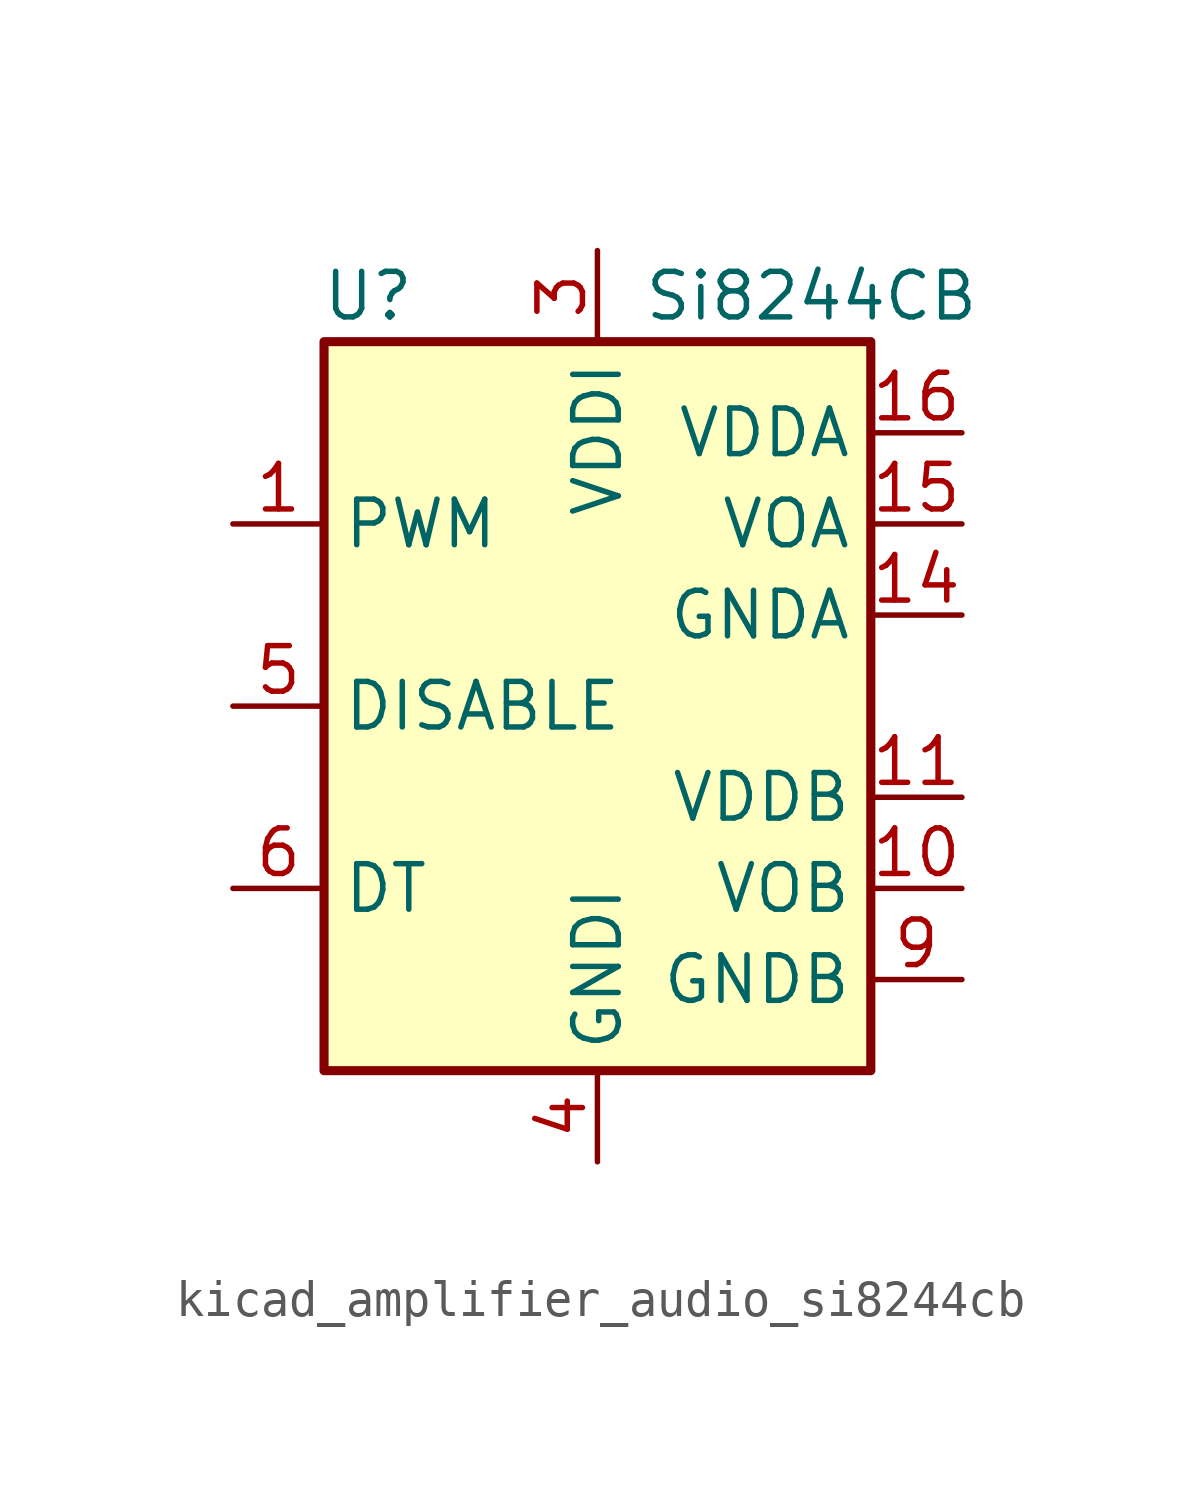
<source format=kicad_sym>
(kicad_symbol_lib
  (version 20220914)
  (generator kicad_symbol_editor)
  (symbol "kicad_amplifier_audio_si8244cb"
    (property "Reference" "U"
      (at -5.08 11.43 0)
      (effects (font (size 1.27 1.27)) (justify right)))
    (property "Value" "Si8244CB"
      (at 1.27 11.43 0)
      (effects (font (size 1.27 1.27)) (justify left)))
    (symbol "kicad_amplifier_audio_si8244cb_0_1"
      (rectangle (start -7.62 10.16) (end 7.62 -10.16) (stroke (width 0.254) (type default)) (fill (type background))))
    (symbol "kicad_amplifier_audio_si8244cb_1_1"
      (pin input line (at -10.16 5.08 0) (length 2.54) (name "PWM" (effects (font (size 1.27 1.27)))) (number "1" (effects (font (size 1.27 1.27)))))
      (pin output line (at 10.16 -5.08 180) (length 2.54) (name "VOB" (effects (font (size 1.27 1.27)))) (number "10" (effects (font (size 1.27 1.27)))))
      (pin power_in line (at 10.16 -2.54 180) (length 2.54) (name "VDDB" (effects (font (size 1.27 1.27)))) (number "11" (effects (font (size 1.27 1.27)))))
      (pin no_connect line (at -7.62 -2.54 0) (length 2.54) hide (name "NC" (effects (font (size 1.27 1.27)))) (number "12" (effects (font (size 1.27 1.27)))))
      (pin no_connect line (at -7.62 -7.62 0) (length 2.54) hide (name "NC" (effects (font (size 1.27 1.27)))) (number "13" (effects (font (size 1.27 1.27)))))
      (pin power_in line (at 10.16 2.54 180) (length 2.54) (name "GNDA" (effects (font (size 1.27 1.27)))) (number "14" (effects (font (size 1.27 1.27)))))
      (pin output line (at 10.16 5.08 180) (length 2.54) (name "VOA" (effects (font (size 1.27 1.27)))) (number "15" (effects (font (size 1.27 1.27)))))
      (pin power_in line (at 10.16 7.62 180) (length 2.54) (name "VDDA" (effects (font (size 1.27 1.27)))) (number "16" (effects (font (size 1.27 1.27)))))
      (pin no_connect line (at -7.62 7.62 0) (length 2.54) hide (name "NC" (effects (font (size 1.27 1.27)))) (number "2" (effects (font (size 1.27 1.27)))))
      (pin power_in line (at 0 12.7 270) (length 2.54) (name "VDDI" (effects (font (size 1.27 1.27)))) (number "3" (effects (font (size 1.27 1.27)))))
      (pin power_in line (at 0 -12.7 90) (length 2.54) (name "GNDI" (effects (font (size 1.27 1.27)))) (number "4" (effects (font (size 1.27 1.27)))))
      (pin input line (at -10.16 0 0) (length 2.54) (name "DISABLE" (effects (font (size 1.27 1.27)))) (number "5" (effects (font (size 1.27 1.27)))))
      (pin passive line (at -10.16 -5.08 0) (length 2.54) (name "DT" (effects (font (size 1.27 1.27)))) (number "6" (effects (font (size 1.27 1.27)))))
      (pin no_connect line (at -7.62 2.54 0) (length 2.54) hide (name "NC" (effects (font (size 1.27 1.27)))) (number "7" (effects (font (size 1.27 1.27)))))
      (pin passive line (at 0 12.7 270) (length 2.54) hide (name "VDDI" (effects (font (size 1.27 1.27)))) (number "8" (effects (font (size 1.27 1.27)))))
      (pin power_in line (at 10.16 -7.62 180) (length 2.54) (name "GNDB" (effects (font (size 1.27 1.27)))) (number "9" (effects (font (size 1.27 1.27))))))))
</source>
